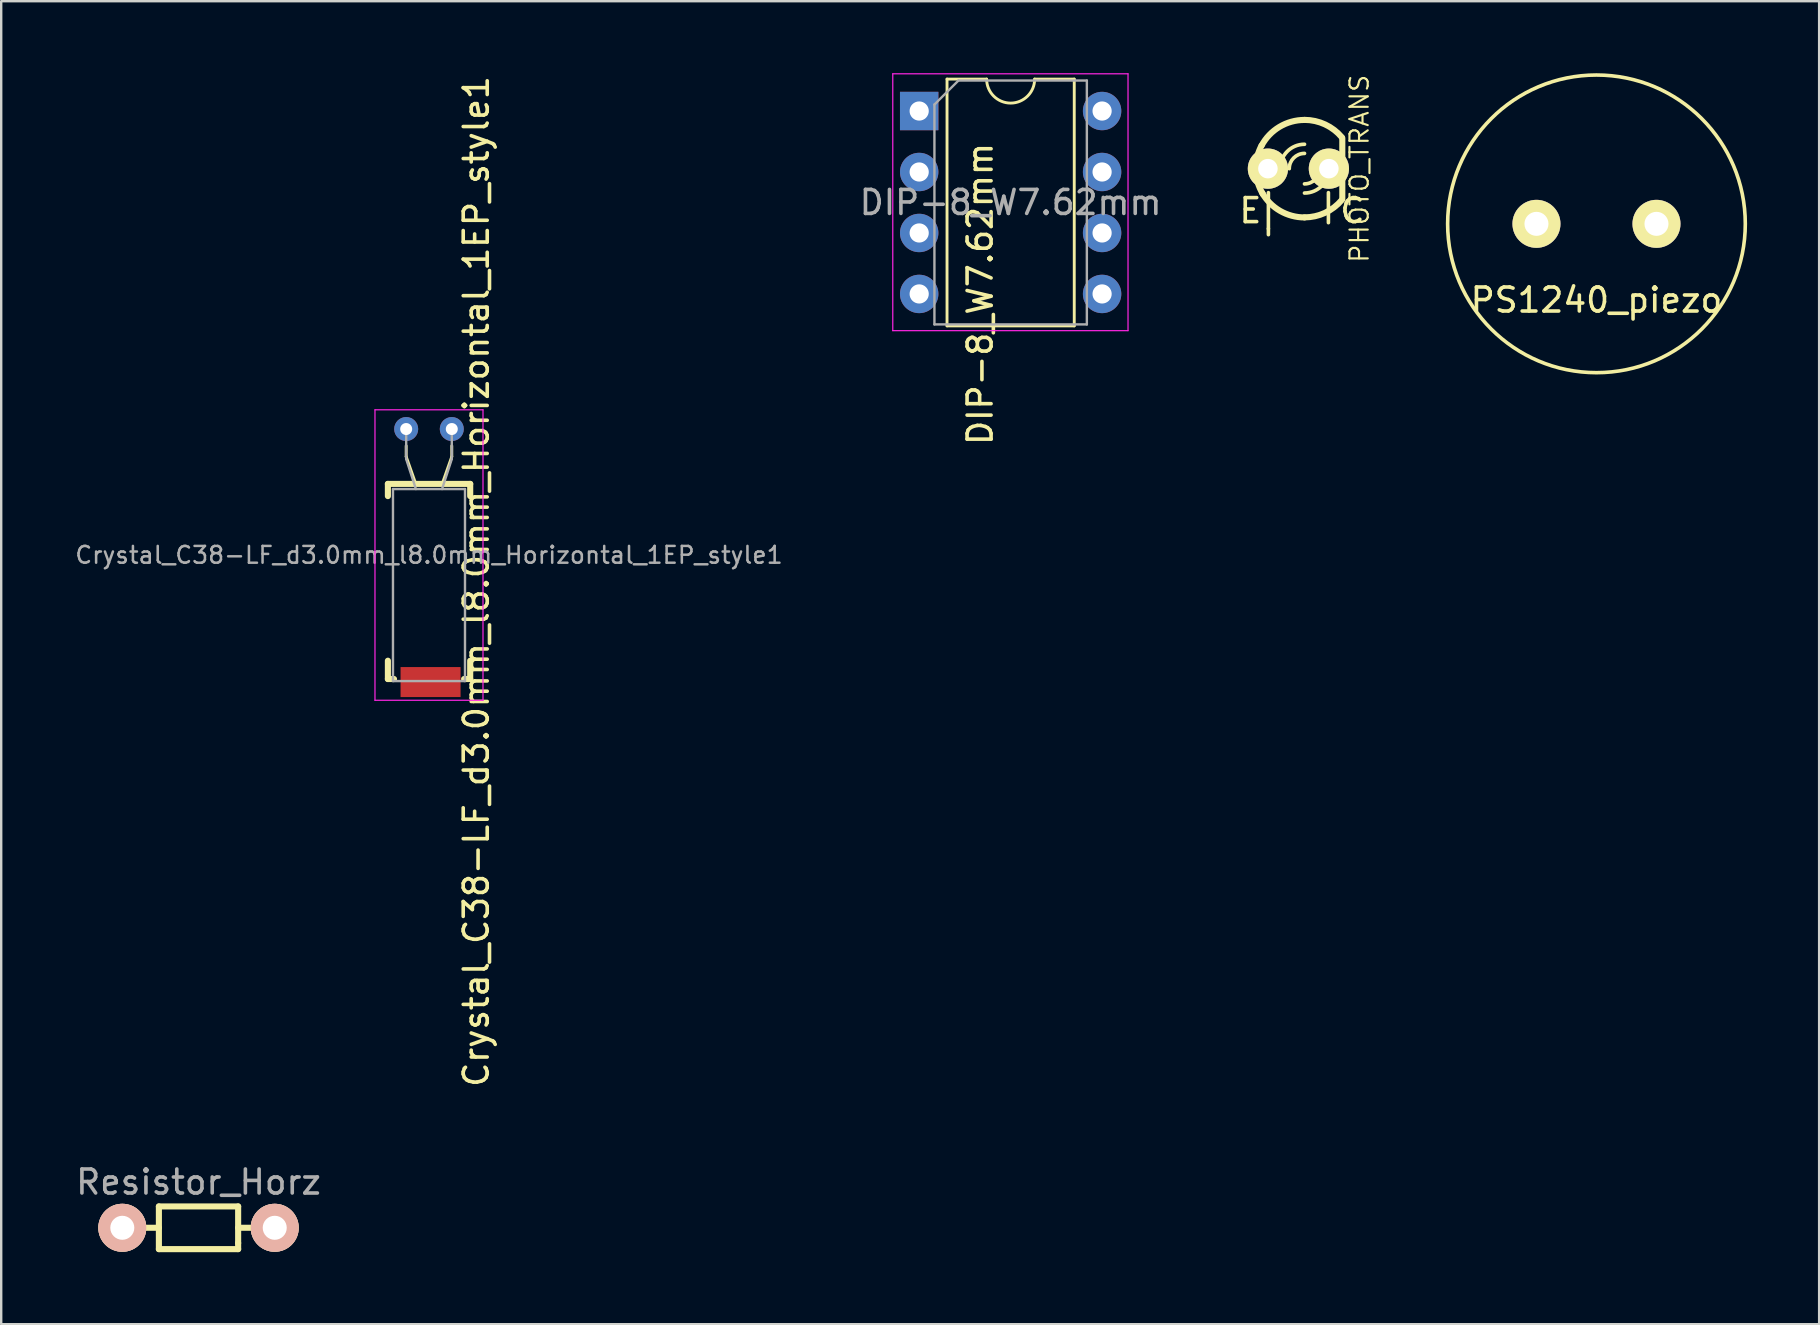
<source format=kicad_pcb>
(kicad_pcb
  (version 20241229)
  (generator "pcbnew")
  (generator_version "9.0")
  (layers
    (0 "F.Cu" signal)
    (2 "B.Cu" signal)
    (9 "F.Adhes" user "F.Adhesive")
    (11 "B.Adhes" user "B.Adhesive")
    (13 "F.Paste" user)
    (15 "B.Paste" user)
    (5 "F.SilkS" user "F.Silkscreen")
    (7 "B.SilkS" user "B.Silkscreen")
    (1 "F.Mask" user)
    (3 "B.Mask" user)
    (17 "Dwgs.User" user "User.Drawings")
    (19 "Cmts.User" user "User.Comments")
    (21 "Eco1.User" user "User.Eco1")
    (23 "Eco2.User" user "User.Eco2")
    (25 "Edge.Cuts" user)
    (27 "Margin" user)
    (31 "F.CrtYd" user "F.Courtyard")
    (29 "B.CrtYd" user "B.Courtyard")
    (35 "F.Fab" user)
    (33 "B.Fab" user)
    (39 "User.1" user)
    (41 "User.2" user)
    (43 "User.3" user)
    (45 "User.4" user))
  (footprint "Resistor_Horz"
    (layer "F.Cu")
    (at 5.22 48.098)
    (property "Reference" "Resistor_Horz" (at 0 -1.905 0) (layer "F.Fab") (effects (font (size 1 1) (thickness 0.15))))
    (attr through_hole)
    (fp_line (start -1.651 -0.889) (end 1.651 -0.889) (stroke (width 0.254) (type solid)) (layer "F.SilkS"))
    (fp_line (start -1.651 0) (end -2.413 0) (stroke (width 0.254) (type solid)) (layer "F.SilkS"))
    (fp_line (start -1.651 0.889) (end -1.651 -0.889) (stroke (width 0.254) (type solid)) (layer "F.SilkS"))
    (fp_line (start 1.651 -0.889) (end 1.651 0.635) (stroke (width 0.254) (type solid)) (layer "F.SilkS"))
    (fp_line (start 1.651 0) (end 2.413 0) (stroke (width 0.254) (type solid)) (layer "F.SilkS"))
    (fp_line (start 1.651 0.889) (end -1.651 0.889) (stroke (width 0.254) (type solid)) (layer "F.SilkS"))
    (fp_line (start 1.651 0.889) (end 1.651 0.635) (stroke (width 0.254) (type solid)) (layer "F.SilkS"))
    (pad "1" thru_hole circle (at -3.175 0) (size 1.999 1.999) (drill 1.001) (layers "*.Cu" "*.SilkS" "*.Mask"))
    (pad "2" thru_hole circle (at 3.175 0) (size 1.999 1.999) (drill 1.001) (layers "*.Cu" "*.SilkS" "*.Mask")))
  (footprint "DIP-8_W7.62mm"
    (layer "F.Cu")
    (at 35.242 1.575)
    (property "Reference" "DIP-8_W7.62mm" (at 2.54 7.62 90) (layer "F.SilkS") (effects (font (size 1 1) (thickness 0.15))))
    (attr through_hole)
    (fp_line (start 1.16 -1.33) (end 1.16 8.95) (stroke (width 0.12) (type solid)) (layer "F.SilkS"))
    (fp_line (start 1.16 8.95) (end 6.46 8.95) (stroke (width 0.12) (type solid)) (layer "F.SilkS"))
    (fp_line (start 2.81 -1.33) (end 1.16 -1.33) (stroke (width 0.12) (type solid)) (layer "F.SilkS"))
    (fp_line (start 6.46 -1.33) (end 4.81 -1.33) (stroke (width 0.12) (type solid)) (layer "F.SilkS"))
    (fp_line (start 6.46 8.95) (end 6.46 -1.33) (stroke (width 0.12) (type solid)) (layer "F.SilkS"))
    (fp_arc (start 4.81 -1.33) (mid 3.81 -0.33) (end 2.81 -1.33) (stroke (width 0.12) (type solid)) (layer "F.SilkS"))
    (fp_line (start -1.1 -1.55) (end -1.1 9.15) (stroke (width 0.05) (type solid)) (layer "F.CrtYd"))
    (fp_line (start -1.1 9.15) (end 8.7 9.15) (stroke (width 0.05) (type solid)) (layer "F.CrtYd"))
    (fp_line (start 8.7 -1.55) (end -1.1 -1.55) (stroke (width 0.05) (type solid)) (layer "F.CrtYd"))
    (fp_line (start 8.7 9.15) (end 8.7 -1.55) (stroke (width 0.05) (type solid)) (layer "F.CrtYd"))
    (fp_line (start 0.635 -0.27) (end 1.635 -1.27) (stroke (width 0.1) (type solid)) (layer "F.Fab"))
    (fp_line (start 0.635 8.89) (end 0.635 -0.27) (stroke (width 0.1) (type solid)) (layer "F.Fab"))
    (fp_line (start 1.635 -1.27) (end 6.985 -1.27) (stroke (width 0.1) (type solid)) (layer "F.Fab"))
    (fp_line (start 6.985 -1.27) (end 6.985 8.89) (stroke (width 0.1) (type solid)) (layer "F.Fab"))
    (fp_line (start 6.985 8.89) (end 0.635 8.89) (stroke (width 0.1) (type solid)) (layer "F.Fab"))
    (fp_text user "${REFERENCE}" (at 3.81 3.81 0) (layer "F.Fab") (effects (font (size 1 1) (thickness 0.15))))
    (pad "1" thru_hole rect (at 0 0) (size 1.6 1.6) (drill 0.8) (layers "*.Cu" "*.Mask"))
    (pad "2" thru_hole oval (at 0 2.54) (size 1.6 1.6) (drill 0.8) (layers "*.Cu" "*.Mask"))
    (pad "3" thru_hole oval (at 0 5.08) (size 1.6 1.6) (drill 0.8) (layers "*.Cu" "*.Mask"))
    (pad "4" thru_hole oval (at 0 7.62) (size 1.6 1.6) (drill 0.8) (layers "*.Cu" "*.Mask"))
    (pad "5" thru_hole oval (at 7.62 7.62) (size 1.6 1.6) (drill 0.8) (layers "*.Cu" "*.Mask"))
    (pad "6" thru_hole oval (at 7.62 5.08) (size 1.6 1.6) (drill 0.8) (layers "*.Cu" "*.Mask"))
    (pad "7" thru_hole oval (at 7.62 2.54) (size 1.6 1.6) (drill 0.8) (layers "*.Cu" "*.Mask"))
    (pad "8" thru_hole oval (at 7.62 0) (size 1.6 1.6) (drill 0.8) (layers "*.Cu" "*.Mask")))
  (footprint "PHOTO_TRANS"
    (layer "F.Cu")
    (at 51.04 3.976)
    (property "Reference" "PHOTO_TRANS" (at 2.54 0 90) (layer "F.SilkS") (effects (font (size 0.762 0.762) (thickness 0.089))))
    (attr through_hole)
    (fp_line (start -1.25 1) (end -1.25 2.5) (stroke (width 0.15) (type solid)) (layer "F.SilkS"))
    (fp_line (start -1.25 2.5) (end -1.25 2.75) (stroke (width 0.15) (type solid)) (layer "F.SilkS"))
    (fp_line (start 1.25 1) (end 1.25 2.25) (stroke (width 0.15) (type solid)) (layer "F.SilkS"))
    (fp_line (start 1.829 1.27) (end 1.829 -1.27) (stroke (width 0.254) (type solid)) (layer "F.SilkS"))
    (fp_arc (start -1.778 0) (mid -1.716347 -0.496745) (end -1.53513 -0.963347) (stroke (width 0.254) (type solid)) (layer "F.SilkS"))
    (fp_arc (start -1.5367 -0.95504) (mid -0.790567 -1.739997) (end 0.253025 -2.02946) (stroke (width 0.254) (type solid)) (layer "F.SilkS"))
    (fp_arc (start -1.47574 1.06426) (mid -1.700164 0.553076) (end -1.776923 0.0001) (stroke (width 0.254) (type solid)) (layer "F.SilkS"))
    (fp_arc (start -0.762 0) (mid -0.46442 -0.71842) (end 0.254 -1.016) (stroke (width 0.1524) (type solid)) (layer "F.SilkS"))
    (fp_arc (start -0.381 0) (mid -0.195013 -0.449013) (end 0.254 -0.635) (stroke (width 0.1524) (type solid)) (layer "F.SilkS"))
    (fp_arc (start 0.254 -2.032) (mid 1.114367 -1.840867) (end 1.81288 -1.303426) (stroke (width 0.254) (type solid)) (layer "F.SilkS"))
    (fp_arc (start 0.254 2.032) (mid -0.76507 1.757988) (end -1.509299 1.009851) (stroke (width 0.254) (type solid)) (layer "F.SilkS"))
    (fp_arc (start 0.889 0) (mid 0.703013 0.449013) (end 0.254 0.635) (stroke (width 0.1524) (type solid)) (layer "F.SilkS"))
    (fp_arc (start 1.27 0) (mid 0.97242 0.71842) (end 0.254 1.016) (stroke (width 0.1524) (type solid)) (layer "F.SilkS"))
    (fp_arc (start 1.8034 1.31064) (mid 1.109154 1.840416) (end 0.256552 2.029387) (stroke (width 0.254) (type solid)) (layer "F.SilkS"))
    (fp_text user "C" (at 2.25 1.75 0) (layer "F.SilkS") (effects (font (size 1 1) (thickness 0.15))))
    (fp_text user "E" (at -2 1.75 0) (layer "F.SilkS") (effects (font (size 1 1) (thickness 0.15))))
    (pad "1" thru_hole circle (at -1.27 0) (size 1.676 1.676) (drill 0.813) (layers "*.Cu" "*.Mask" "F.SilkS"))
    (pad "2" thru_hole circle (at 1.27 0 45) (size 1.676 1.676) (drill 0.813) (layers "*.Cu" "*.Mask" "F.SilkS")))
  (footprint "Crystal_C38-LF_d3.0mm_l8.0mm_Horizontal_1EP_style1"
    (layer "F.Cu")
    (at 13.871 14.823)
    (property "Reference" "Crystal_C38-LF_d3.0mm_l8.0mm_Horizontal_1EP_style1" (at 2.921 6.35 90) (layer "F.SilkS") (effects (font (size 1 1) (thickness 0.15))))
    (attr through_hole)
    (fp_line (start -0.762 2.286) (end 2.667 2.286) (stroke (width 0.254) (type solid)) (layer "F.SilkS"))
    (fp_line (start -0.762 2.794) (end -0.762 2.286) (stroke (width 0.254) (type solid)) (layer "F.SilkS"))
    (fp_line (start -0.762 9.652) (end -0.762 10.414) (stroke (width 0.254) (type solid)) (layer "F.SilkS"))
    (fp_line (start -0.762 10.414) (end -0.508 10.414) (stroke (width 0.254) (type solid)) (layer "F.SilkS"))
    (fp_line (start -0.75 2.3) (end 2.65 2.3) (stroke (width 0.12) (type solid)) (layer "F.SilkS"))
    (fp_line (start -0.75 2.8) (end -0.75 2.3) (stroke (width 0.12) (type solid)) (layer "F.SilkS"))
    (fp_line (start 0 1.15) (end 0 0.7) (stroke (width 0.12) (type solid)) (layer "F.SilkS"))
    (fp_line (start 0.405 2.3) (end 0 1.15) (stroke (width 0.12) (type solid)) (layer "F.SilkS"))
    (fp_line (start 1.495 2.3) (end 1.9 1.15) (stroke (width 0.12) (type solid)) (layer "F.SilkS"))
    (fp_line (start 1.9 1.15) (end 1.9 0.7) (stroke (width 0.12) (type solid)) (layer "F.SilkS"))
    (fp_line (start 2.65 2.3) (end 2.65 2.8) (stroke (width 0.12) (type solid)) (layer "F.SilkS"))
    (fp_line (start 2.667 2.286) (end 2.667 2.794) (stroke (width 0.254) (type solid)) (layer "F.SilkS"))
    (fp_line (start 2.667 9.652) (end 2.667 10.414) (stroke (width 0.254) (type solid)) (layer "F.SilkS"))
    (fp_line (start 2.667 10.414) (end 2.413 10.414) (stroke (width 0.254) (type solid)) (layer "F.SilkS"))
    (fp_line (start -1.3 -0.8) (end -1.3 11.3) (stroke (width 0.05) (type solid)) (layer "F.CrtYd"))
    (fp_line (start -1.3 11.3) (end 3.2 11.3) (stroke (width 0.05) (type solid)) (layer "F.CrtYd"))
    (fp_line (start 3.2 -0.8) (end -1.3 -0.8) (stroke (width 0.05) (type solid)) (layer "F.CrtYd"))
    (fp_line (start 3.2 11.3) (end 3.2 -0.8) (stroke (width 0.05) (type solid)) (layer "F.CrtYd"))
    (fp_line (start -0.55 2.5) (end -0.55 10.5) (stroke (width 0.1) (type solid)) (layer "F.Fab"))
    (fp_line (start -0.55 10.5) (end 2.45 10.5) (stroke (width 0.1) (type solid)) (layer "F.Fab"))
    (fp_line (start 0 1.25) (end 0 0) (stroke (width 0.1) (type solid)) (layer "F.Fab"))
    (fp_line (start 0.405 2.5) (end 0 1.25) (stroke (width 0.1) (type solid)) (layer "F.Fab"))
    (fp_line (start 1.495 2.5) (end 1.9 1.25) (stroke (width 0.1) (type solid)) (layer "F.Fab"))
    (fp_line (start 1.9 1.25) (end 1.9 0) (stroke (width 0.1) (type solid)) (layer "F.Fab"))
    (fp_line (start 2.45 2.5) (end -0.55 2.5) (stroke (width 0.1) (type solid)) (layer "F.Fab"))
    (fp_line (start 2.45 10.5) (end 2.45 2.5) (stroke (width 0.1) (type solid)) (layer "F.Fab"))
    (fp_text user "${REFERENCE}" (at 0.95 5.25 0) (layer "F.Fab") (effects (font (size 0.7 0.7) (thickness 0.105))))
    (pad "1" thru_hole circle (at 1.9 0) (size 1 1) (drill 0.5) (layers "*.Cu" "*.Mask"))
    (pad "2" thru_hole circle (at 0 0) (size 1 1) (drill 0.5) (layers "*.Cu" "*.Mask"))
    (pad "3" smd rect (at 1.016 10.541) (size 2.5 1.25) (layers "F.Cu" "F.Mask" "F.Paste")))
  (footprint "PS1240_piezo"
    (layer "F.Cu")
    (at 63.457 6.275)
    (property "Reference" "PS1240_piezo" (at 0 3.175 0) (layer "F.SilkS") (effects (font (size 1 1) (thickness 0.15))))
    (attr through_hole)
    (fp_circle (center 0 0) (end 6.2 0) (stroke (width 0.15) (type solid)) (fill no) (layer "F.SilkS"))
    (pad "1" thru_hole circle (at -2.5 0) (size 2 2) (drill 1.001) (layers "*.Cu" "*.Mask" "F.SilkS"))
    (pad "2" thru_hole circle (at 2.5 0) (size 2 2) (drill 1.001) (layers "*.Cu" "*.Mask" "F.SilkS")))
  (gr_rect
    (start -3 -3)
    (end 72.733 52.114)
    (stroke (width 0.1) (type default))
    (fill no)
    (layer "Edge.Cuts")))
</source>
